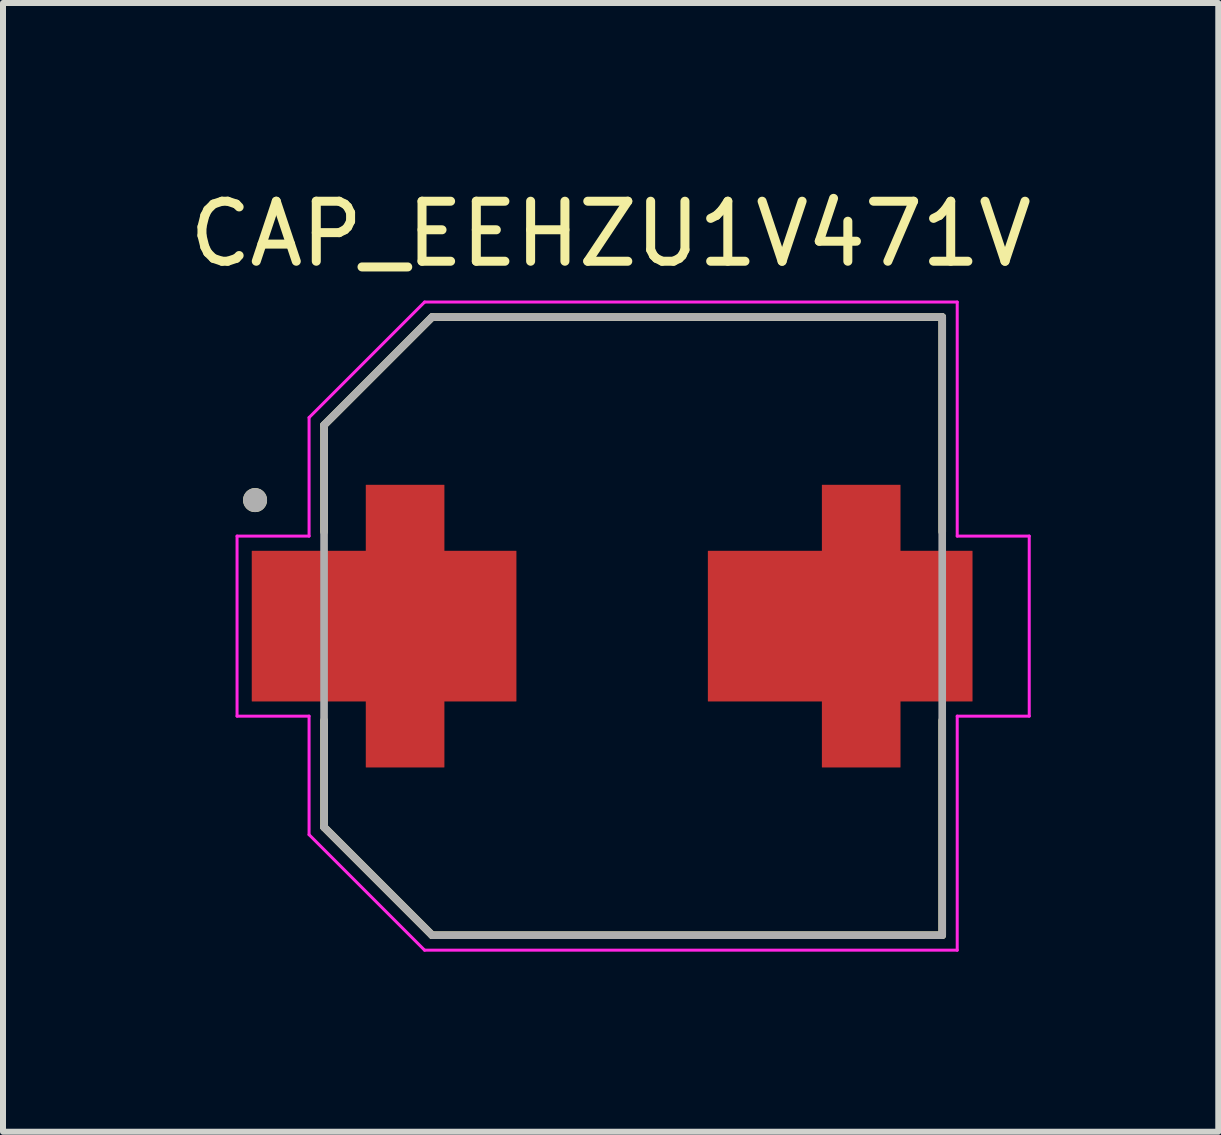
<source format=kicad_pcb>
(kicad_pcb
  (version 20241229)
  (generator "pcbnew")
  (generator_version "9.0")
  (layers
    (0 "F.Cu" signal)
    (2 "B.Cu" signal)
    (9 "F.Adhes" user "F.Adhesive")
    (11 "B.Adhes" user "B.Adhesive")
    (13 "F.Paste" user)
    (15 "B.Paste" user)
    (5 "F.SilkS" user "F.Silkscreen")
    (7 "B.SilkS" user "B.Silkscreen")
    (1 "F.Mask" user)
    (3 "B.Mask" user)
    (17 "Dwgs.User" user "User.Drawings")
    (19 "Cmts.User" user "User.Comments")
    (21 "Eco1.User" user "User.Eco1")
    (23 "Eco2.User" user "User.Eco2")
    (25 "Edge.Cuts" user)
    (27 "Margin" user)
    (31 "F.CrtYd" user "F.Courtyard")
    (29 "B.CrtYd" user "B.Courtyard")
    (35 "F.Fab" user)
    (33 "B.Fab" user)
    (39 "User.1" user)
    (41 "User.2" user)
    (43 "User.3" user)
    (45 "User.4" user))
  (footprint "CAP_EEHZU1V471V"
    (layer "F.Cu")
    (at 7.5 7.383)
    (property "Reference" "CAP_EEHZU1V471V" (at -0.375 -6.535 0) (layer "F.SilkS") (effects (font (size 1 1) (thickness 0.15))))
    (attr smd)
    (fp_poly (pts (xy -4.55 2.45) (xy -4.55 1.35) (xy -6.45 1.35) (xy -6.45 -1.35) (xy -4.55 -1.35) (xy -4.55 -2.45) (xy -3.05 -2.45) (xy -3.05 -1.35) (xy -1.85 -1.35) (xy -1.85 1.35) (xy -3.05 1.35) (xy -3.05 2.45)) (stroke (width 0.01) (type solid)) (fill yes) (layer "F.Mask"))
    (fp_poly (pts (xy 4.55 2.45) (xy 4.55 1.35) (xy 6.45 1.35) (xy 6.45 -1.35) (xy 4.55 -1.35) (xy 4.55 -2.45) (xy 3.05 -2.45) (xy 3.05 -1.35) (xy 1.85 -1.35) (xy 1.85 1.35) (xy 3.05 1.35) (xy 3.05 2.45)) (stroke (width 0.01) (type solid)) (fill yes) (layer "F.Mask"))
    (fp_line (start -5.15 -3.35) (end -5.15 -1.57) (stroke (width 0.127) (type solid)) (layer "F.SilkS"))
    (fp_line (start -5.15 1.57) (end -5.15 3.35) (stroke (width 0.127) (type solid)) (layer "F.SilkS"))
    (fp_line (start -5.15 3.35) (end -3.35 5.15) (stroke (width 0.127) (type solid)) (layer "F.SilkS"))
    (fp_line (start -3.35 -5.15) (end -5.15 -3.35) (stroke (width 0.127) (type solid)) (layer "F.SilkS"))
    (fp_line (start -3.35 5.15) (end 5.15 5.15) (stroke (width 0.127) (type solid)) (layer "F.SilkS"))
    (fp_line (start 5.15 -5.15) (end -3.35 -5.15) (stroke (width 0.127) (type solid)) (layer "F.SilkS"))
    (fp_line (start 5.15 -1.57) (end 5.15 -5.15) (stroke (width 0.127) (type solid)) (layer "F.SilkS"))
    (fp_line (start 5.15 5.15) (end 5.15 1.57) (stroke (width 0.127) (type solid)) (layer "F.SilkS"))
    (fp_circle (center -6.3 -2.1) (end -6.2 -2.1) (stroke (width 0.2) (type solid)) (fill no) (layer "F.SilkS"))
    (fp_poly (pts (xy -4.45 2.35) (xy -4.45 1.25) (xy -6.35 1.25) (xy -6.35 -1.25) (xy -4.45 -1.25) (xy -4.45 -2.35) (xy -3.15 -2.35) (xy -3.15 -1.25) (xy -1.95 -1.25) (xy -1.95 1.25) (xy -3.15 1.25) (xy -3.15 2.35)) (stroke (width 0.01) (type solid)) (fill yes) (layer "F.Paste"))
    (fp_poly (pts (xy 4.45 2.35) (xy 4.45 1.25) (xy 6.35 1.25) (xy 6.35 -1.25) (xy 4.45 -1.25) (xy 4.45 -2.35) (xy 3.15 -2.35) (xy 3.15 -1.25) (xy 1.95 -1.25) (xy 1.95 1.25) (xy 3.15 1.25) (xy 3.15 2.35)) (stroke (width 0.01) (type solid)) (fill yes) (layer "F.Paste"))
    (fp_line (start -6.6 -1.5) (end -5.4 -1.5) (stroke (width 0.05) (type solid)) (layer "F.CrtYd"))
    (fp_line (start -6.6 1.5) (end -6.6 -1.5) (stroke (width 0.05) (type solid)) (layer "F.CrtYd"))
    (fp_line (start -5.4 -3.475) (end -3.475 -5.4) (stroke (width 0.05) (type solid)) (layer "F.CrtYd"))
    (fp_line (start -5.4 -1.5) (end -5.4 -3.475) (stroke (width 0.05) (type solid)) (layer "F.CrtYd"))
    (fp_line (start -5.4 1.5) (end -6.6 1.5) (stroke (width 0.05) (type solid)) (layer "F.CrtYd"))
    (fp_line (start -5.4 3.475) (end -5.4 1.5) (stroke (width 0.05) (type solid)) (layer "F.CrtYd"))
    (fp_line (start -3.475 -5.4) (end 5.4 -5.4) (stroke (width 0.05) (type solid)) (layer "F.CrtYd"))
    (fp_line (start -3.475 5.4) (end -5.4 3.475) (stroke (width 0.05) (type solid)) (layer "F.CrtYd"))
    (fp_line (start 5.4 -5.4) (end 5.4 -1.5) (stroke (width 0.05) (type solid)) (layer "F.CrtYd"))
    (fp_line (start 5.4 -1.5) (end 6.6 -1.5) (stroke (width 0.05) (type solid)) (layer "F.CrtYd"))
    (fp_line (start 5.4 1.5) (end 5.4 5.4) (stroke (width 0.05) (type solid)) (layer "F.CrtYd"))
    (fp_line (start 5.4 5.4) (end -3.475 5.4) (stroke (width 0.05) (type solid)) (layer "F.CrtYd"))
    (fp_line (start 6.6 -1.5) (end 6.6 1.5) (stroke (width 0.05) (type solid)) (layer "F.CrtYd"))
    (fp_line (start 6.6 1.5) (end 5.4 1.5) (stroke (width 0.05) (type solid)) (layer "F.CrtYd"))
    (fp_line (start -5.15 -3.35) (end -5.15 3.35) (stroke (width 0.127) (type solid)) (layer "F.Fab"))
    (fp_line (start -5.15 3.35) (end -3.35 5.15) (stroke (width 0.127) (type solid)) (layer "F.Fab"))
    (fp_line (start -3.35 -5.15) (end -5.15 -3.35) (stroke (width 0.127) (type solid)) (layer "F.Fab"))
    (fp_line (start -3.35 5.15) (end 5.15 5.15) (stroke (width 0.127) (type solid)) (layer "F.Fab"))
    (fp_line (start 5.15 -5.15) (end -3.35 -5.15) (stroke (width 0.127) (type solid)) (layer "F.Fab"))
    (fp_line (start 5.15 5.15) (end 5.15 -5.15) (stroke (width 0.127) (type solid)) (layer "F.Fab"))
    (fp_circle (center -6.3 -2.1) (end -6.2 -2.1) (stroke (width 0.2) (type solid)) (fill no) (layer "F.Fab"))
    (pad "1" smd custom (at -3.8 0) (size 2 2) (layers "F.Cu") (options (anchor rect)) (primitives (gr_poly (pts (xy -0.65 2.35) (xy -0.65 1.25) (xy -2.55 1.25) (xy -2.55 -1.25) (xy -0.65 -1.25) (xy -0.65 -2.35) (xy 0.65 -2.35) (xy 0.65 -1.25) (xy 1.85 -1.25) (xy 1.85 1.25) (xy 0.65 1.25) (xy 0.65 2.35)) (width 0.01) (fill yes))))
    (pad "2" smd custom (at 3.8 0 180) (size 2 2) (layers "F.Cu") (options (anchor rect)) (primitives (gr_poly (pts (xy 0.65 2.35) (xy 0.65 1.25) (xy 2.55 1.25) (xy 2.55 -1.25) (xy 0.65 -1.25) (xy 0.65 -2.35) (xy -0.65 -2.35) (xy -0.65 -1.25) (xy -1.85 -1.25) (xy -1.85 1.25) (xy -0.65 1.25) (xy -0.65 2.35)) (width 0.01) (fill yes)))))
  (gr_rect
    (start -3 -3)
    (end 17.25 15.808)
    (stroke (width 0.1) (type default))
    (fill no)
    (layer "Edge.Cuts")))
</source>
